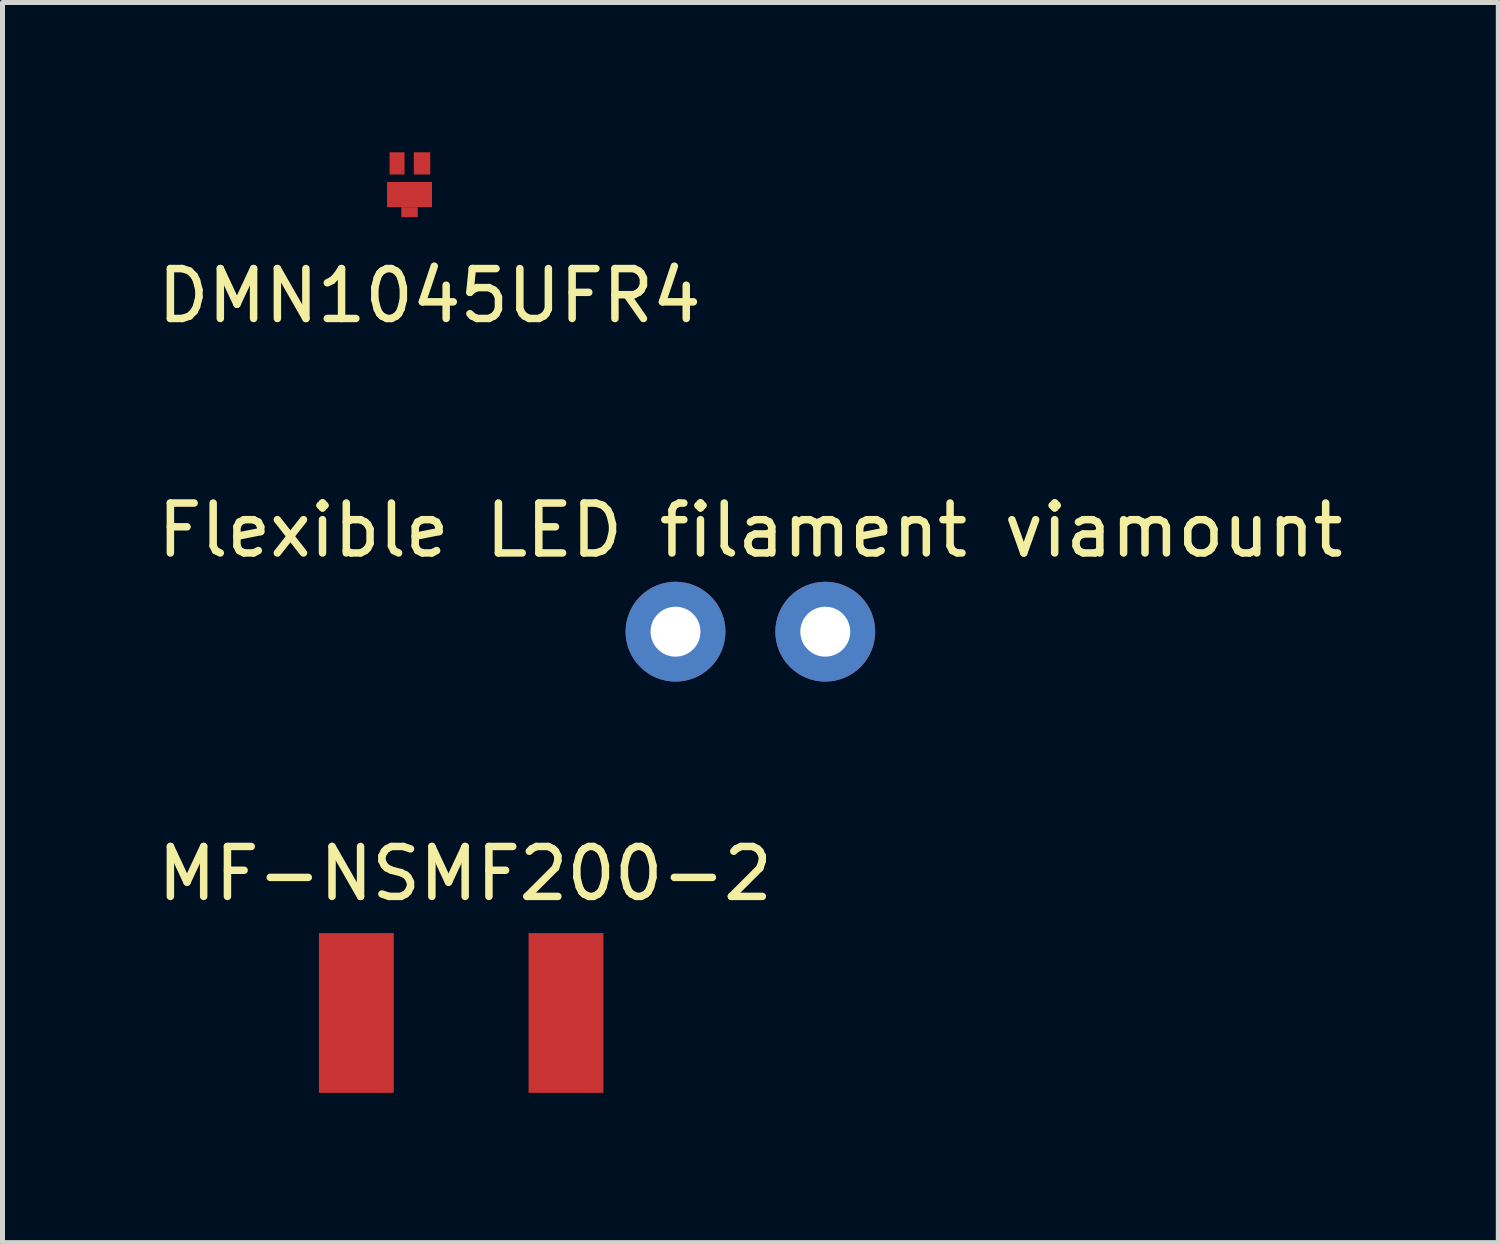
<source format=kicad_pcb>
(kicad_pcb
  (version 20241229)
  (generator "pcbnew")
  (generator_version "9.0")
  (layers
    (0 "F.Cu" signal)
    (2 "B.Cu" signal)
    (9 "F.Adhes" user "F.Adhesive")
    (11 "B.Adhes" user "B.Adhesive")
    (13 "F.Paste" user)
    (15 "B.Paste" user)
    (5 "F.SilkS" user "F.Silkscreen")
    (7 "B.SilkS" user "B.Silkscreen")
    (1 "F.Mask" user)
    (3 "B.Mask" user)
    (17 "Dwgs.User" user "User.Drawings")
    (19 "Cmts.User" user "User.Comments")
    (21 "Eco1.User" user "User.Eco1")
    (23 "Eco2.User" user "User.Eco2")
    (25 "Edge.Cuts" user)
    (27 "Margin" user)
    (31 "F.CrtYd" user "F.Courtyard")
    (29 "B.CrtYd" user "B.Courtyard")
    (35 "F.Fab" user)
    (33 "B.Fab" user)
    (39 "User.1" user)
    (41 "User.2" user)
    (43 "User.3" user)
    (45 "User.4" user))
  (footprint "DMN1045UFR4"
    (layer "F.Cu")
    (at 5.154 0.595)
    (property "Reference" "DMN1045UFR4" (at 0.4 2.28 0) (layer "F.SilkS") (effects (font (size 1 1) (thickness 0.15))))
    (attr through_hole)
    (pad "1" smd rect (at 0 0.252) (size 0.9 0.505) (layers "F.Cu" "F.Mask" "F.Paste"))
    (pad "1" smd rect (at 0 0.605) (size 0.33 0.2) (layers "F.Cu" "F.Mask" "F.Paste"))
    (pad "2" smd rect (at 0.25 -0.372) (size 0.33 0.445) (layers "F.Cu" "F.Mask" "F.Paste"))
    (pad "3" smd rect (at -0.25 -0.372) (size 0.3 0.445) (layers "F.Cu" "F.Mask" "F.Paste")))
  (footprint "MF-NSMF200-2"
    (layer "F.Cu")
    (at 6.188 17.242)
    (property "Reference" "MF-NSMF200-2" (at 0.08 -2.79 0) (layer "F.SilkS") (effects (font (size 1 1) (thickness 0.15))))
    (attr through_hole)
    (pad "1" smd rect (at -2.1 0) (size 1.5 3.2) (layers "F.Cu" "F.Mask" "F.Paste"))
    (pad "2" smd rect (at 2.1 0) (size 1.5 3.2) (layers "F.Cu" "F.Mask" "F.Paste")))
  (footprint "Flexible LED filament viamount"
    (layer "F.Cu")
    (at 11.982 9.604)
    (property "Reference" "Flexible LED filament viamount" (at 0 -2.032 0) (unlocked yes) (layer "F.SilkS") (effects (font (size 1 1) (thickness 0.15))))
    (attr through_hole)
    (pad "1" thru_hole circle (at -1.5 0) (size 2 2) (drill 1) (layers "*.Cu" "*.Mask"))
    (pad "2" thru_hole circle (at 1.5 0) (size 2 2) (drill 1) (layers "*.Cu" "*.Mask")))
  (gr_rect
    (start -3 -3)
    (end 26.964 21.842)
    (stroke (width 0.1) (type default))
    (fill no)
    (layer "Edge.Cuts")))
</source>
